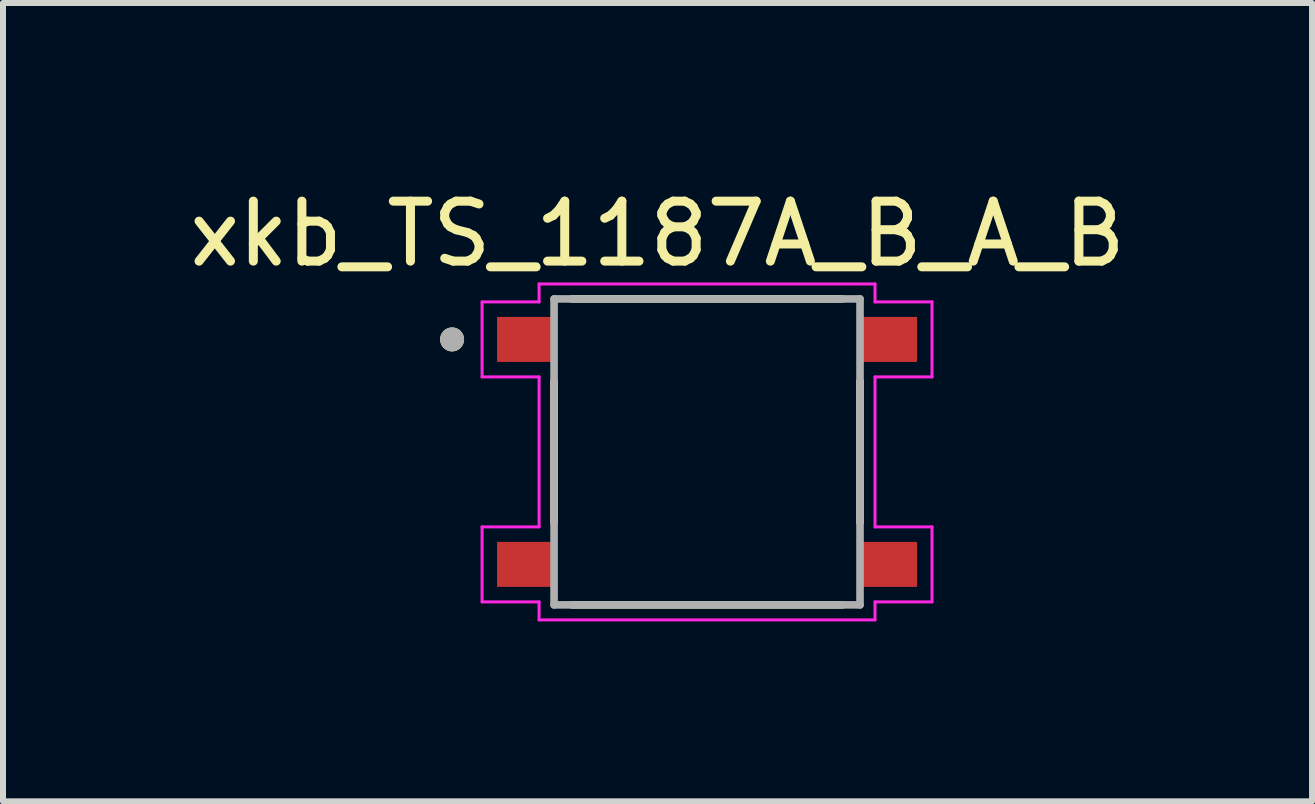
<source format=kicad_pcb>
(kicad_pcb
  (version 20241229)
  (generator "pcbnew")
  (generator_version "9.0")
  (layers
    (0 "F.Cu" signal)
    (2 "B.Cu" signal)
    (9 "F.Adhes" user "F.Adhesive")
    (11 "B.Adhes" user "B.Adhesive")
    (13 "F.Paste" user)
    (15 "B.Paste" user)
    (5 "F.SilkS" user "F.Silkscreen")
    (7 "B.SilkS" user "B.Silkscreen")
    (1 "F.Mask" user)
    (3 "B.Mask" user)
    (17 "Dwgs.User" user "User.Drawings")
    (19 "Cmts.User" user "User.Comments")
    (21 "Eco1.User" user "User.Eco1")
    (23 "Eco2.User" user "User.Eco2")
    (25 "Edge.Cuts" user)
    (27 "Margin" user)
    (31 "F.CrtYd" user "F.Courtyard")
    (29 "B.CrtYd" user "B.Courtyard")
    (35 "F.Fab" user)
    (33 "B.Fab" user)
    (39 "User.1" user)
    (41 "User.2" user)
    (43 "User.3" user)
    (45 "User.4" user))
  (footprint "xkb_TS_1187A_B_A_B"
    (layer "F.Cu")
    (at 8.736 4.483)
    (property "Reference" "xkb_TS_1187A_B_A_B" (at -0.825 -3.635 0) (layer "F.SilkS") (effects (font (size 1 1) (thickness 0.15))))
    (attr smd)
    (fp_line (start -2.55 -1.18) (end -2.55 1.18) (stroke (width 0.127) (type solid)) (layer "F.SilkS"))
    (fp_line (start 2.25 -2.55) (end -2.25 -2.55) (stroke (width 0.127) (type solid)) (layer "F.SilkS"))
    (fp_line (start 2.25 2.55) (end -2.25 2.55) (stroke (width 0.127) (type solid)) (layer "F.SilkS"))
    (fp_line (start 2.55 1.18) (end 2.55 -1.18) (stroke (width 0.127) (type solid)) (layer "F.SilkS"))
    (fp_circle (center -4.25 -1.875) (end -4.15 -1.875) (stroke (width 0.2) (type solid)) (fill no) (layer "F.SilkS"))
    (fp_line (start -3.75 -2.5) (end -3.75 -1.25) (stroke (width 0.05) (type solid)) (layer "F.CrtYd"))
    (fp_line (start -3.75 -2.5) (end -2.8 -2.5) (stroke (width 0.05) (type solid)) (layer "F.CrtYd"))
    (fp_line (start -3.75 -1.25) (end -2.8 -1.25) (stroke (width 0.05) (type solid)) (layer "F.CrtYd"))
    (fp_line (start -3.75 1.25) (end -2.8 1.25) (stroke (width 0.05) (type solid)) (layer "F.CrtYd"))
    (fp_line (start -3.75 2.5) (end -3.75 1.25) (stroke (width 0.05) (type solid)) (layer "F.CrtYd"))
    (fp_line (start -3.75 2.5) (end -2.8 2.5) (stroke (width 0.05) (type solid)) (layer "F.CrtYd"))
    (fp_line (start -2.8 -2.8) (end -2.8 -2.5) (stroke (width 0.05) (type solid)) (layer "F.CrtYd"))
    (fp_line (start -2.8 -1.25) (end -2.8 1.25) (stroke (width 0.05) (type solid)) (layer "F.CrtYd"))
    (fp_line (start -2.8 2.8) (end -2.8 2.5) (stroke (width 0.05) (type solid)) (layer "F.CrtYd"))
    (fp_line (start -2.8 2.8) (end 2.8 2.8) (stroke (width 0.05) (type solid)) (layer "F.CrtYd"))
    (fp_line (start 2.8 -2.8) (end -2.8 -2.8) (stroke (width 0.05) (type solid)) (layer "F.CrtYd"))
    (fp_line (start 2.8 -2.8) (end 2.8 -2.5) (stroke (width 0.05) (type solid)) (layer "F.CrtYd"))
    (fp_line (start 2.8 -1.25) (end 2.8 1.25) (stroke (width 0.05) (type solid)) (layer "F.CrtYd"))
    (fp_line (start 2.8 2.8) (end 2.8 2.5) (stroke (width 0.05) (type solid)) (layer "F.CrtYd"))
    (fp_line (start 3.75 -2.5) (end 2.8 -2.5) (stroke (width 0.05) (type solid)) (layer "F.CrtYd"))
    (fp_line (start 3.75 -2.5) (end 3.75 -1.25) (stroke (width 0.05) (type solid)) (layer "F.CrtYd"))
    (fp_line (start 3.75 -1.25) (end 2.8 -1.25) (stroke (width 0.05) (type solid)) (layer "F.CrtYd"))
    (fp_line (start 3.75 1.25) (end 2.8 1.25) (stroke (width 0.05) (type solid)) (layer "F.CrtYd"))
    (fp_line (start 3.75 2.5) (end 2.8 2.5) (stroke (width 0.05) (type solid)) (layer "F.CrtYd"))
    (fp_line (start 3.75 2.5) (end 3.75 1.25) (stroke (width 0.05) (type solid)) (layer "F.CrtYd"))
    (fp_line (start -2.55 -2.55) (end -2.55 2.55) (stroke (width 0.127) (type solid)) (layer "F.Fab"))
    (fp_line (start -2.55 2.55) (end 2.55 2.55) (stroke (width 0.127) (type solid)) (layer "F.Fab"))
    (fp_line (start 2.55 -2.55) (end -2.55 -2.55) (stroke (width 0.127) (type solid)) (layer "F.Fab"))
    (fp_line (start 2.55 2.55) (end 2.55 -2.55) (stroke (width 0.127) (type solid)) (layer "F.Fab"))
    (fp_circle (center -4.25 -1.875) (end -4.15 -1.875) (stroke (width 0.2) (type solid)) (fill no) (layer "F.Fab"))
    (pad "A" smd rect (at -3 -1.875) (size 1 0.75) (layers "F.Cu" "F.Mask" "F.Paste"))
    (pad "B" smd rect (at 3 -1.875) (size 1 0.75) (layers "F.Cu" "F.Mask" "F.Paste"))
    (pad "C" smd rect (at -3 1.875) (size 1 0.75) (layers "F.Cu" "F.Mask" "F.Paste"))
    (pad "D" smd rect (at 3 1.875) (size 1 0.75) (layers "F.Cu" "F.Mask" "F.Paste")))
  (gr_rect
    (start -3 -3)
    (end 18.821 10.308)
    (stroke (width 0.1) (type default))
    (fill no)
    (layer "Edge.Cuts")))
</source>
